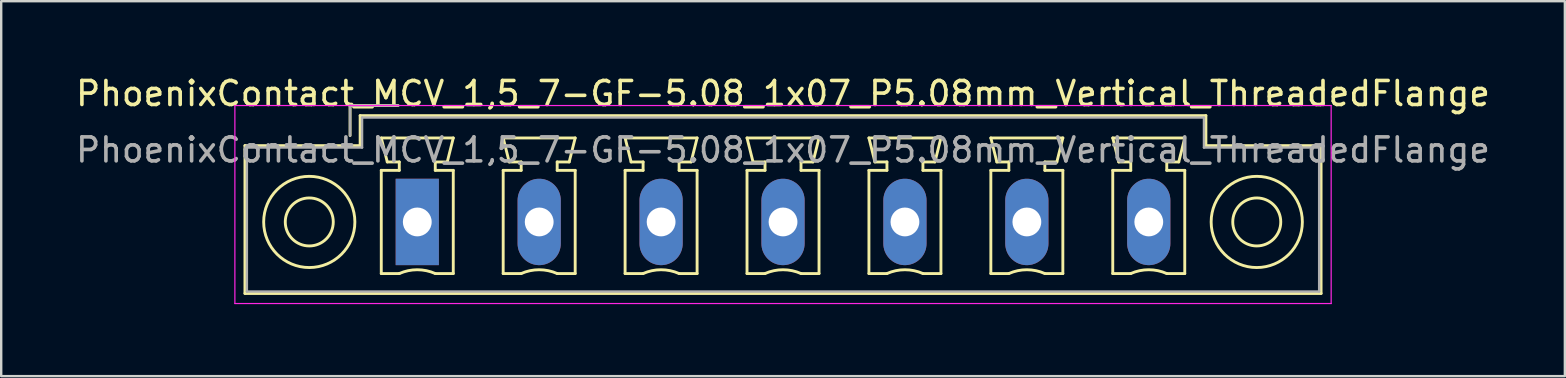
<source format=kicad_pcb>
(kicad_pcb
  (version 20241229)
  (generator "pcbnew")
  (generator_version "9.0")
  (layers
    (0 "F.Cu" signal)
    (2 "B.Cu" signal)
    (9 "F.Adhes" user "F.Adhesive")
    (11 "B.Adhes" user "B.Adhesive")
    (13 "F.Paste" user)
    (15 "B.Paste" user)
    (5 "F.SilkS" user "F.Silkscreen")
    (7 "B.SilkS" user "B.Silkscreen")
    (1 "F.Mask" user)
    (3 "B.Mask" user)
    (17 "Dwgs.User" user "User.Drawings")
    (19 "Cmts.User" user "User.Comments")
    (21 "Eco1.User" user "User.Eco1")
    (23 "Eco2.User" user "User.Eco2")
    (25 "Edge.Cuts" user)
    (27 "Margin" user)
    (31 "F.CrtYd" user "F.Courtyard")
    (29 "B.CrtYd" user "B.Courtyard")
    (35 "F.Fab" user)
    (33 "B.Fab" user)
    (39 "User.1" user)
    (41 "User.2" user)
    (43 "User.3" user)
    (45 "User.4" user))
  (footprint "PhoenixContact_MCV_1,5_7-GF-5.08_1x07_P5.08mm_Vertical_ThreadedFlange"
    (layer "F.Cu")
    (at 14.337 6.198)
    (property "Reference" "PhoenixContact_MCV_1,5_7-GF-5.08_1x07_P5.08mm_Vertical_ThreadedFlange" (at 15.24 -5.35 0) (layer "F.SilkS") (effects (font (size 1 1) (thickness 0.15))))
    (attr through_hole)
    (fp_line (start -7.18 -3.18) (end -7.18 2.98) (stroke (width 0.12) (type solid)) (layer "F.SilkS"))
    (fp_line (start -7.18 2.98) (end 37.66 2.98) (stroke (width 0.12) (type solid)) (layer "F.SilkS"))
    (fp_line (start -2.8 -4.85) (end -0.8 -4.85) (stroke (width 0.12) (type solid)) (layer "F.SilkS"))
    (fp_line (start -2.8 -3.6) (end -2.8 -4.85) (stroke (width 0.12) (type solid)) (layer "F.SilkS"))
    (fp_line (start -2.38 -4.43) (end -2.38 -3.18) (stroke (width 0.12) (type solid)) (layer "F.SilkS"))
    (fp_line (start -2.38 -3.18) (end -7.18 -3.18) (stroke (width 0.12) (type solid)) (layer "F.SilkS"))
    (fp_line (start -1.5 -3.5) (end 1.5 -3.5) (stroke (width 0.12) (type solid)) (layer "F.SilkS"))
    (fp_line (start -1.5 -2.15) (end -0.75 -2.15) (stroke (width 0.12) (type solid)) (layer "F.SilkS"))
    (fp_line (start -1.5 2.15) (end -1.5 -2.15) (stroke (width 0.12) (type solid)) (layer "F.SilkS"))
    (fp_line (start -1.25 -2.5) (end -1.5 -3.5) (stroke (width 0.12) (type solid)) (layer "F.SilkS"))
    (fp_line (start -0.75 -2.5) (end -1.25 -2.5) (stroke (width 0.12) (type solid)) (layer "F.SilkS"))
    (fp_line (start -0.75 -2.15) (end -0.75 -2.5) (stroke (width 0.12) (type solid)) (layer "F.SilkS"))
    (fp_line (start -0.75 2.15) (end -1.5 2.15) (stroke (width 0.12) (type solid)) (layer "F.SilkS"))
    (fp_line (start 0.75 -2.5) (end 0.75 -2.15) (stroke (width 0.12) (type solid)) (layer "F.SilkS"))
    (fp_line (start 0.75 -2.15) (end 1.5 -2.15) (stroke (width 0.12) (type solid)) (layer "F.SilkS"))
    (fp_line (start 1.25 -2.5) (end 0.75 -2.5) (stroke (width 0.12) (type solid)) (layer "F.SilkS"))
    (fp_line (start 1.5 -3.5) (end 1.25 -2.5) (stroke (width 0.12) (type solid)) (layer "F.SilkS"))
    (fp_line (start 1.5 -2.15) (end 1.5 2.15) (stroke (width 0.12) (type solid)) (layer "F.SilkS"))
    (fp_line (start 1.5 2.15) (end 0.75 2.15) (stroke (width 0.12) (type solid)) (layer "F.SilkS"))
    (fp_line (start 3.58 -3.5) (end 6.58 -3.5) (stroke (width 0.12) (type solid)) (layer "F.SilkS"))
    (fp_line (start 3.58 -2.15) (end 4.33 -2.15) (stroke (width 0.12) (type solid)) (layer "F.SilkS"))
    (fp_line (start 3.58 2.15) (end 3.58 -2.15) (stroke (width 0.12) (type solid)) (layer "F.SilkS"))
    (fp_line (start 3.83 -2.5) (end 3.58 -3.5) (stroke (width 0.12) (type solid)) (layer "F.SilkS"))
    (fp_line (start 4.33 -2.5) (end 3.83 -2.5) (stroke (width 0.12) (type solid)) (layer "F.SilkS"))
    (fp_line (start 4.33 -2.15) (end 4.33 -2.5) (stroke (width 0.12) (type solid)) (layer "F.SilkS"))
    (fp_line (start 4.33 2.15) (end 3.58 2.15) (stroke (width 0.12) (type solid)) (layer "F.SilkS"))
    (fp_line (start 5.83 -2.5) (end 5.83 -2.15) (stroke (width 0.12) (type solid)) (layer "F.SilkS"))
    (fp_line (start 5.83 -2.15) (end 6.58 -2.15) (stroke (width 0.12) (type solid)) (layer "F.SilkS"))
    (fp_line (start 6.33 -2.5) (end 5.83 -2.5) (stroke (width 0.12) (type solid)) (layer "F.SilkS"))
    (fp_line (start 6.58 -3.5) (end 6.33 -2.5) (stroke (width 0.12) (type solid)) (layer "F.SilkS"))
    (fp_line (start 6.58 -2.15) (end 6.58 2.15) (stroke (width 0.12) (type solid)) (layer "F.SilkS"))
    (fp_line (start 6.58 2.15) (end 5.83 2.15) (stroke (width 0.12) (type solid)) (layer "F.SilkS"))
    (fp_line (start 8.66 -3.5) (end 11.66 -3.5) (stroke (width 0.12) (type solid)) (layer "F.SilkS"))
    (fp_line (start 8.66 -2.15) (end 9.41 -2.15) (stroke (width 0.12) (type solid)) (layer "F.SilkS"))
    (fp_line (start 8.66 2.15) (end 8.66 -2.15) (stroke (width 0.12) (type solid)) (layer "F.SilkS"))
    (fp_line (start 8.91 -2.5) (end 8.66 -3.5) (stroke (width 0.12) (type solid)) (layer "F.SilkS"))
    (fp_line (start 9.41 -2.5) (end 8.91 -2.5) (stroke (width 0.12) (type solid)) (layer "F.SilkS"))
    (fp_line (start 9.41 -2.15) (end 9.41 -2.5) (stroke (width 0.12) (type solid)) (layer "F.SilkS"))
    (fp_line (start 9.41 2.15) (end 8.66 2.15) (stroke (width 0.12) (type solid)) (layer "F.SilkS"))
    (fp_line (start 10.91 -2.5) (end 10.91 -2.15) (stroke (width 0.12) (type solid)) (layer "F.SilkS"))
    (fp_line (start 10.91 -2.15) (end 11.66 -2.15) (stroke (width 0.12) (type solid)) (layer "F.SilkS"))
    (fp_line (start 11.41 -2.5) (end 10.91 -2.5) (stroke (width 0.12) (type solid)) (layer "F.SilkS"))
    (fp_line (start 11.66 -3.5) (end 11.41 -2.5) (stroke (width 0.12) (type solid)) (layer "F.SilkS"))
    (fp_line (start 11.66 -2.15) (end 11.66 2.15) (stroke (width 0.12) (type solid)) (layer "F.SilkS"))
    (fp_line (start 11.66 2.15) (end 10.91 2.15) (stroke (width 0.12) (type solid)) (layer "F.SilkS"))
    (fp_line (start 13.74 -3.5) (end 16.74 -3.5) (stroke (width 0.12) (type solid)) (layer "F.SilkS"))
    (fp_line (start 13.74 -2.15) (end 14.49 -2.15) (stroke (width 0.12) (type solid)) (layer "F.SilkS"))
    (fp_line (start 13.74 2.15) (end 13.74 -2.15) (stroke (width 0.12) (type solid)) (layer "F.SilkS"))
    (fp_line (start 13.99 -2.5) (end 13.74 -3.5) (stroke (width 0.12) (type solid)) (layer "F.SilkS"))
    (fp_line (start 14.49 -2.5) (end 13.99 -2.5) (stroke (width 0.12) (type solid)) (layer "F.SilkS"))
    (fp_line (start 14.49 -2.15) (end 14.49 -2.5) (stroke (width 0.12) (type solid)) (layer "F.SilkS"))
    (fp_line (start 14.49 2.15) (end 13.74 2.15) (stroke (width 0.12) (type solid)) (layer "F.SilkS"))
    (fp_line (start 15.99 -2.5) (end 15.99 -2.15) (stroke (width 0.12) (type solid)) (layer "F.SilkS"))
    (fp_line (start 15.99 -2.15) (end 16.74 -2.15) (stroke (width 0.12) (type solid)) (layer "F.SilkS"))
    (fp_line (start 16.49 -2.5) (end 15.99 -2.5) (stroke (width 0.12) (type solid)) (layer "F.SilkS"))
    (fp_line (start 16.74 -3.5) (end 16.49 -2.5) (stroke (width 0.12) (type solid)) (layer "F.SilkS"))
    (fp_line (start 16.74 -2.15) (end 16.74 2.15) (stroke (width 0.12) (type solid)) (layer "F.SilkS"))
    (fp_line (start 16.74 2.15) (end 15.99 2.15) (stroke (width 0.12) (type solid)) (layer "F.SilkS"))
    (fp_line (start 18.82 -3.5) (end 21.82 -3.5) (stroke (width 0.12) (type solid)) (layer "F.SilkS"))
    (fp_line (start 18.82 -2.15) (end 19.57 -2.15) (stroke (width 0.12) (type solid)) (layer "F.SilkS"))
    (fp_line (start 18.82 2.15) (end 18.82 -2.15) (stroke (width 0.12) (type solid)) (layer "F.SilkS"))
    (fp_line (start 19.07 -2.5) (end 18.82 -3.5) (stroke (width 0.12) (type solid)) (layer "F.SilkS"))
    (fp_line (start 19.57 -2.5) (end 19.07 -2.5) (stroke (width 0.12) (type solid)) (layer "F.SilkS"))
    (fp_line (start 19.57 -2.15) (end 19.57 -2.5) (stroke (width 0.12) (type solid)) (layer "F.SilkS"))
    (fp_line (start 19.57 2.15) (end 18.82 2.15) (stroke (width 0.12) (type solid)) (layer "F.SilkS"))
    (fp_line (start 21.07 -2.5) (end 21.07 -2.15) (stroke (width 0.12) (type solid)) (layer "F.SilkS"))
    (fp_line (start 21.07 -2.15) (end 21.82 -2.15) (stroke (width 0.12) (type solid)) (layer "F.SilkS"))
    (fp_line (start 21.57 -2.5) (end 21.07 -2.5) (stroke (width 0.12) (type solid)) (layer "F.SilkS"))
    (fp_line (start 21.82 -3.5) (end 21.57 -2.5) (stroke (width 0.12) (type solid)) (layer "F.SilkS"))
    (fp_line (start 21.82 -2.15) (end 21.82 2.15) (stroke (width 0.12) (type solid)) (layer "F.SilkS"))
    (fp_line (start 21.82 2.15) (end 21.07 2.15) (stroke (width 0.12) (type solid)) (layer "F.SilkS"))
    (fp_line (start 23.9 -3.5) (end 26.9 -3.5) (stroke (width 0.12) (type solid)) (layer "F.SilkS"))
    (fp_line (start 23.9 -2.15) (end 24.65 -2.15) (stroke (width 0.12) (type solid)) (layer "F.SilkS"))
    (fp_line (start 23.9 2.15) (end 23.9 -2.15) (stroke (width 0.12) (type solid)) (layer "F.SilkS"))
    (fp_line (start 24.15 -2.5) (end 23.9 -3.5) (stroke (width 0.12) (type solid)) (layer "F.SilkS"))
    (fp_line (start 24.65 -2.5) (end 24.15 -2.5) (stroke (width 0.12) (type solid)) (layer "F.SilkS"))
    (fp_line (start 24.65 -2.15) (end 24.65 -2.5) (stroke (width 0.12) (type solid)) (layer "F.SilkS"))
    (fp_line (start 24.65 2.15) (end 23.9 2.15) (stroke (width 0.12) (type solid)) (layer "F.SilkS"))
    (fp_line (start 26.15 -2.5) (end 26.15 -2.15) (stroke (width 0.12) (type solid)) (layer "F.SilkS"))
    (fp_line (start 26.15 -2.15) (end 26.9 -2.15) (stroke (width 0.12) (type solid)) (layer "F.SilkS"))
    (fp_line (start 26.65 -2.5) (end 26.15 -2.5) (stroke (width 0.12) (type solid)) (layer "F.SilkS"))
    (fp_line (start 26.9 -3.5) (end 26.65 -2.5) (stroke (width 0.12) (type solid)) (layer "F.SilkS"))
    (fp_line (start 26.9 -2.15) (end 26.9 2.15) (stroke (width 0.12) (type solid)) (layer "F.SilkS"))
    (fp_line (start 26.9 2.15) (end 26.15 2.15) (stroke (width 0.12) (type solid)) (layer "F.SilkS"))
    (fp_line (start 28.98 -3.5) (end 31.98 -3.5) (stroke (width 0.12) (type solid)) (layer "F.SilkS"))
    (fp_line (start 28.98 -2.15) (end 29.73 -2.15) (stroke (width 0.12) (type solid)) (layer "F.SilkS"))
    (fp_line (start 28.98 2.15) (end 28.98 -2.15) (stroke (width 0.12) (type solid)) (layer "F.SilkS"))
    (fp_line (start 29.23 -2.5) (end 28.98 -3.5) (stroke (width 0.12) (type solid)) (layer "F.SilkS"))
    (fp_line (start 29.73 -2.5) (end 29.23 -2.5) (stroke (width 0.12) (type solid)) (layer "F.SilkS"))
    (fp_line (start 29.73 -2.15) (end 29.73 -2.5) (stroke (width 0.12) (type solid)) (layer "F.SilkS"))
    (fp_line (start 29.73 2.15) (end 28.98 2.15) (stroke (width 0.12) (type solid)) (layer "F.SilkS"))
    (fp_line (start 31.23 -2.5) (end 31.23 -2.15) (stroke (width 0.12) (type solid)) (layer "F.SilkS"))
    (fp_line (start 31.23 -2.15) (end 31.98 -2.15) (stroke (width 0.12) (type solid)) (layer "F.SilkS"))
    (fp_line (start 31.73 -2.5) (end 31.23 -2.5) (stroke (width 0.12) (type solid)) (layer "F.SilkS"))
    (fp_line (start 31.98 -3.5) (end 31.73 -2.5) (stroke (width 0.12) (type solid)) (layer "F.SilkS"))
    (fp_line (start 31.98 -2.15) (end 31.98 2.15) (stroke (width 0.12) (type solid)) (layer "F.SilkS"))
    (fp_line (start 31.98 2.15) (end 31.23 2.15) (stroke (width 0.12) (type solid)) (layer "F.SilkS"))
    (fp_line (start 32.86 -4.43) (end -2.38 -4.43) (stroke (width 0.12) (type solid)) (layer "F.SilkS"))
    (fp_line (start 32.86 -3.18) (end 32.86 -4.43) (stroke (width 0.12) (type solid)) (layer "F.SilkS"))
    (fp_line (start 37.66 -3.18) (end 32.86 -3.18) (stroke (width 0.12) (type solid)) (layer "F.SilkS"))
    (fp_line (start 37.66 2.98) (end 37.66 -3.18) (stroke (width 0.12) (type solid)) (layer "F.SilkS"))
    (fp_arc (start -0.75 2.15) (mid -0.000193 1.99191) (end 0.749647 2.149844) (stroke (width 0.12) (type solid)) (layer "F.SilkS"))
    (fp_arc (start 4.33 2.15) (mid 5.079807 1.99191) (end 5.829647 2.149844) (stroke (width 0.12) (type solid)) (layer "F.SilkS"))
    (fp_arc (start 9.41 2.15) (mid 10.159807 1.99191) (end 10.909647 2.149844) (stroke (width 0.12) (type solid)) (layer "F.SilkS"))
    (fp_arc (start 14.49 2.15) (mid 15.239807 1.99191) (end 15.989647 2.149844) (stroke (width 0.12) (type solid)) (layer "F.SilkS"))
    (fp_arc (start 19.57 2.15) (mid 20.319807 1.99191) (end 21.069647 2.149844) (stroke (width 0.12) (type solid)) (layer "F.SilkS"))
    (fp_arc (start 24.65 2.15) (mid 25.399807 1.99191) (end 26.149647 2.149844) (stroke (width 0.12) (type solid)) (layer "F.SilkS"))
    (fp_arc (start 29.73 2.15) (mid 30.479807 1.99191) (end 31.229647 2.149844) (stroke (width 0.12) (type solid)) (layer "F.SilkS"))
    (fp_circle (center -4.5 0) (end -3.5 0) (stroke (width 0.12) (type solid)) (fill no) (layer "F.SilkS"))
    (fp_circle (center -4.5 0) (end -2.6 0) (stroke (width 0.12) (type solid)) (fill no) (layer "F.SilkS"))
    (fp_circle (center 34.98 0) (end 35.98 0) (stroke (width 0.12) (type solid)) (fill no) (layer "F.SilkS"))
    (fp_circle (center 34.98 0) (end 36.88 0) (stroke (width 0.12) (type solid)) (fill no) (layer "F.SilkS"))
    (fp_line (start -7.6 -4.85) (end -7.6 3.4) (stroke (width 0.05) (type solid)) (layer "F.CrtYd"))
    (fp_line (start -7.6 3.4) (end 38.08 3.4) (stroke (width 0.05) (type solid)) (layer "F.CrtYd"))
    (fp_line (start 38.08 -4.85) (end -7.6 -4.85) (stroke (width 0.05) (type solid)) (layer "F.CrtYd"))
    (fp_line (start 38.08 3.4) (end 38.08 -4.85) (stroke (width 0.05) (type solid)) (layer "F.CrtYd"))
    (fp_line (start -7.1 -3.1) (end -7.1 2.9) (stroke (width 0.1) (type solid)) (layer "F.Fab"))
    (fp_line (start -7.1 2.9) (end 37.58 2.9) (stroke (width 0.1) (type solid)) (layer "F.Fab"))
    (fp_line (start -2.8 -4.85) (end -0.8 -4.85) (stroke (width 0.1) (type solid)) (layer "F.Fab"))
    (fp_line (start -2.8 -3.6) (end -2.8 -4.85) (stroke (width 0.1) (type solid)) (layer "F.Fab"))
    (fp_line (start -2.3 -4.35) (end -2.3 -3.1) (stroke (width 0.1) (type solid)) (layer "F.Fab"))
    (fp_line (start -2.3 -3.1) (end -7.1 -3.1) (stroke (width 0.1) (type solid)) (layer "F.Fab"))
    (fp_line (start 32.78 -4.35) (end -2.3 -4.35) (stroke (width 0.1) (type solid)) (layer "F.Fab"))
    (fp_line (start 32.78 -3.1) (end 32.78 -4.35) (stroke (width 0.1) (type solid)) (layer "F.Fab"))
    (fp_line (start 37.58 -3.1) (end 32.78 -3.1) (stroke (width 0.1) (type solid)) (layer "F.Fab"))
    (fp_line (start 37.58 2.9) (end 37.58 -3.1) (stroke (width 0.1) (type solid)) (layer "F.Fab"))
    (fp_text user "${REFERENCE}" (at 15.24 -3 0) (layer "F.Fab") (effects (font (size 1 1) (thickness 0.15))))
    (pad "1" thru_hole rect (at 0 0) (size 1.8 3.6) (drill 1.2) (layers "*.Cu" "*.Mask"))
    (pad "2" thru_hole oval (at 5.08 0) (size 1.8 3.6) (drill 1.2) (layers "*.Cu" "*.Mask"))
    (pad "3" thru_hole oval (at 10.16 0) (size 1.8 3.6) (drill 1.2) (layers "*.Cu" "*.Mask"))
    (pad "4" thru_hole oval (at 15.24 0) (size 1.8 3.6) (drill 1.2) (layers "*.Cu" "*.Mask"))
    (pad "5" thru_hole oval (at 20.32 0) (size 1.8 3.6) (drill 1.2) (layers "*.Cu" "*.Mask"))
    (pad "6" thru_hole oval (at 25.4 0) (size 1.8 3.6) (drill 1.2) (layers "*.Cu" "*.Mask"))
    (pad "7" thru_hole oval (at 30.48 0) (size 1.8 3.6) (drill 1.2) (layers "*.Cu" "*.Mask")))
  (gr_rect
    (start -3 -3)
    (end 62.155 12.623)
    (stroke (width 0.1) (type default))
    (fill no)
    (layer "Edge.Cuts")))
</source>
